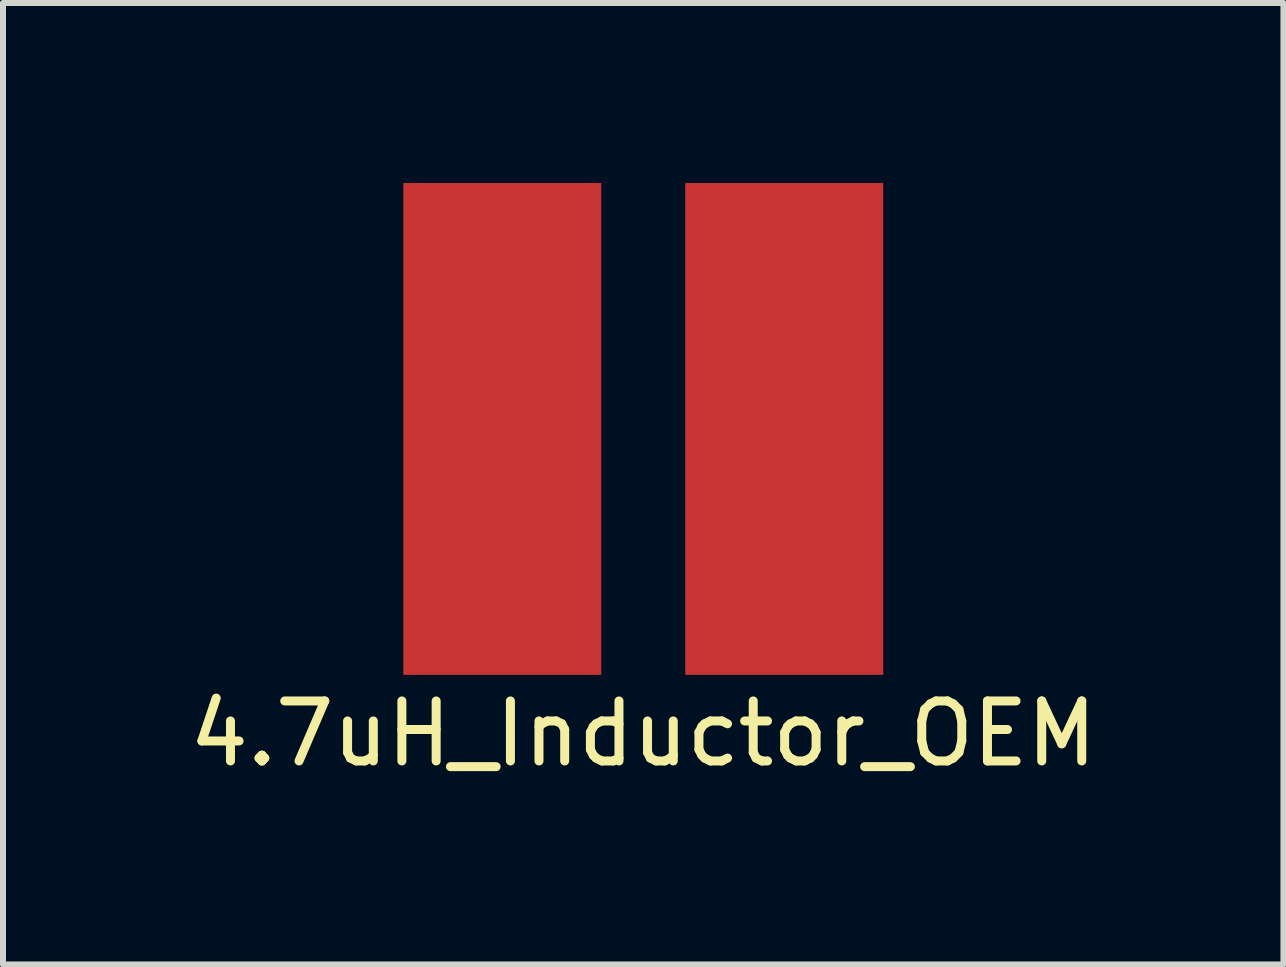
<source format=kicad_pcb>
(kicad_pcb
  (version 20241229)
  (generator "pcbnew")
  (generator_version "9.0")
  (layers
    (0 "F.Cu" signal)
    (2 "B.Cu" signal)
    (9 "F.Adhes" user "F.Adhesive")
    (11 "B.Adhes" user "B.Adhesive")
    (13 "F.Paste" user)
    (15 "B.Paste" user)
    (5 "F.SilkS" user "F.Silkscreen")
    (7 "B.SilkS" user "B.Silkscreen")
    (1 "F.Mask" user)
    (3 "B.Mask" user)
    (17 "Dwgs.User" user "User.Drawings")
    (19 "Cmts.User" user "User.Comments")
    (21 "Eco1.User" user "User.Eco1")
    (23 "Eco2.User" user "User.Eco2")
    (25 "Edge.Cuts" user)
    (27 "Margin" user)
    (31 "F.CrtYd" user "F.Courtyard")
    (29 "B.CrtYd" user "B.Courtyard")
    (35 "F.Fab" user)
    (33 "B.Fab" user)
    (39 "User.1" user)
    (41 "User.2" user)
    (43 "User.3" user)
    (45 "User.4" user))
  (footprint "4.7uH_Inductor_OEM"
    (layer "F.Cu")
    (at 7.673 4.1)
    (property "Reference" "4.7uH_Inductor_OEM" (at 0 5.08 0) (layer "F.SilkS") (effects (font (size 1 1) (thickness 0.15))))
    (attr through_hole)
    (pad "1" smd rect (at -2.35 0) (size 3.3 8.2) (layers "F.Cu" "F.Mask" "F.Paste"))
    (pad "2" smd rect (at 2.35 0) (size 3.3 8.2) (layers "F.Cu" "F.Mask" "F.Paste")))
  (gr_rect
    (start -3 -3)
    (end 18.345 13.028)
    (stroke (width 0.1) (type default))
    (fill no)
    (layer "Edge.Cuts")))
</source>
